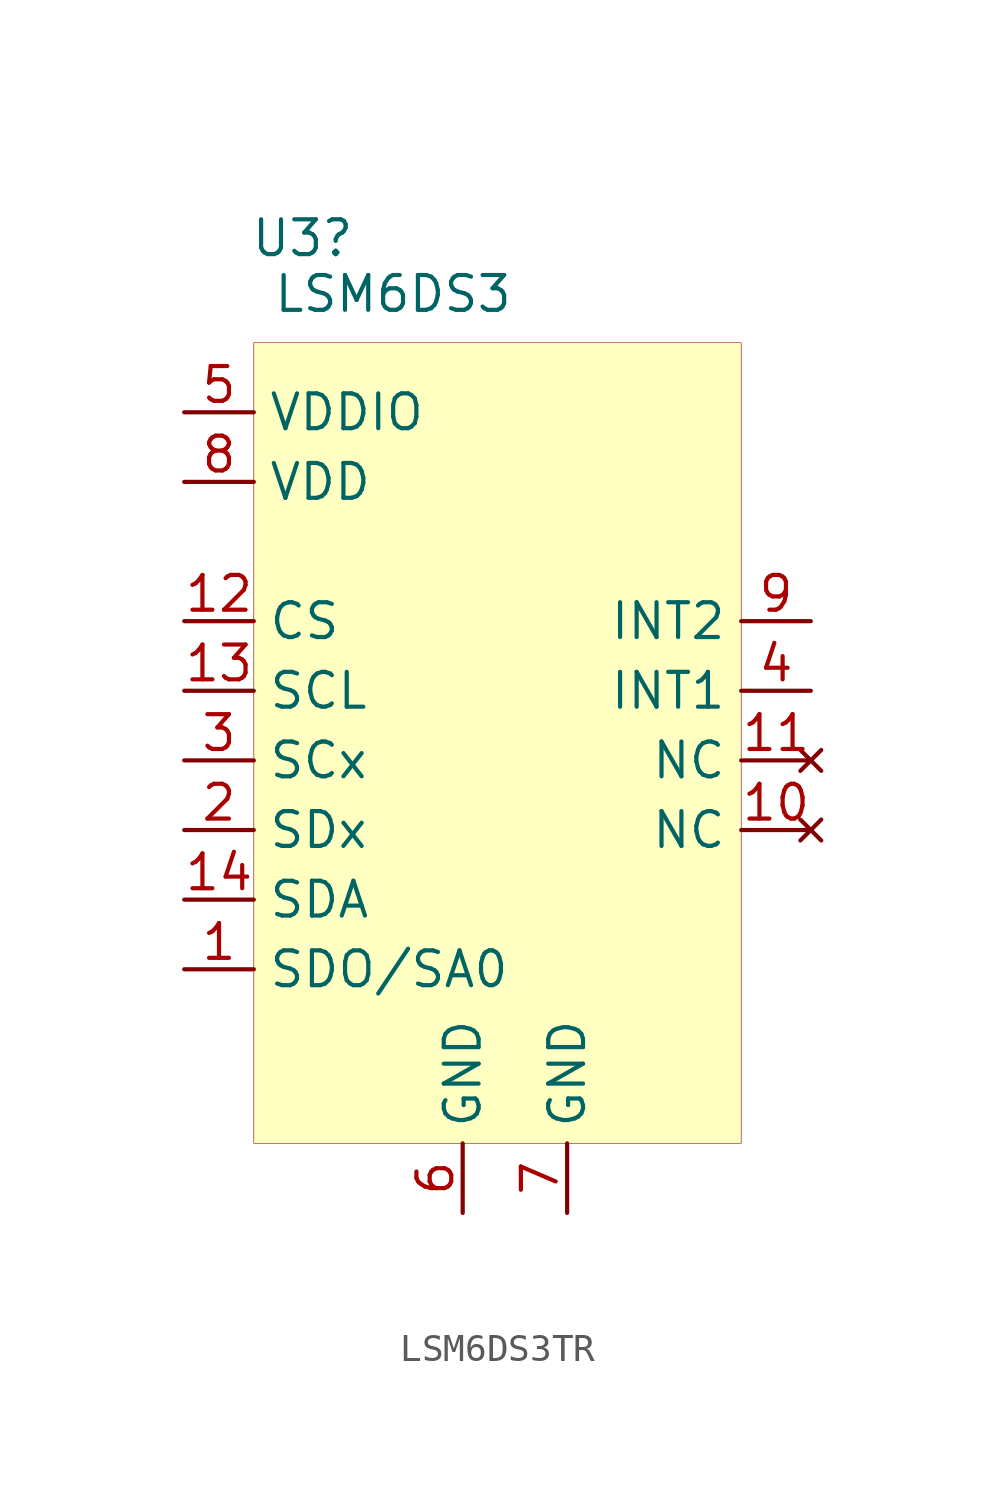
<source format=kicad_sym>
(kicad_symbol_lib
  (version 20241209)
  (generator "kicad_symbol_editor")
  (generator_version "9.0")
  (symbol "LSM6DS3TR"
    (property "Reference" "U3"
      (at -10.922 -8.89 0)
      (effects (font (size 1.27 1.27))))
    (property "Value" "LSM6DS3"
      (at -7.62 -10.922 0)
      (effects (font (size 1.27 1.27))))
    (symbol "LSM6DS3TR_0_0"
      (pin power_in line (at -15.24 -15.24 0) (length 2.54) (name "VDDIO" (effects (font (size 1.27 1.27)))) (number "5" (effects (font (size 1.27 1.27)))))
      (pin power_in line (at -15.24 -17.78 0) (length 2.54) (name "VDD" (effects (font (size 1.27 1.27)))) (number "8" (effects (font (size 1.27 1.27)))))
      (pin input line (at -15.24 -22.86 0) (length 2.54) (name "CS" (effects (font (size 1.27 1.27)))) (number "12" (effects (font (size 1.27 1.27)))))
      (pin input line (at -15.24 -25.4 0) (length 2.54) (name "SCL" (effects (font (size 1.27 1.27)))) (number "13" (effects (font (size 1.27 1.27)))))
      (pin input line (at -15.24 -27.94 0) (length 2.54) (name "SCx" (effects (font (size 1.27 1.27)))) (number "3" (effects (font (size 1.27 1.27)))))
      (pin input line (at -15.24 -30.48 0) (length 2.54) (name "SDx" (effects (font (size 1.27 1.27)))) (number "2" (effects (font (size 1.27 1.27)))))
      (pin bidirectional line (at -15.24 -33.02 0) (length 2.54) (name "SDA" (effects (font (size 1.27 1.27)))) (number "14" (effects (font (size 1.27 1.27)))))
      (pin bidirectional line (at -15.24 -35.56 0) (length 2.54) (name "SDO/SA0" (effects (font (size 1.27 1.27)))) (number "1" (effects (font (size 1.27 1.27)))))
      (pin power_in line (at -5.08 -44.45 90) (length 2.54) (name "GND" (effects (font (size 1.27 1.27)))) (number "6" (effects (font (size 1.27 1.27)))))
      (pin power_in line (at -1.27 -44.45 90) (length 2.54) (name "GND" (effects (font (size 1.27 1.27)))) (number "7" (effects (font (size 1.27 1.27)))))
      (pin output line (at 7.62 -22.86 180) (length 2.54) (name "INT2" (effects (font (size 1.27 1.27)))) (number "9" (effects (font (size 1.27 1.27)))))
      (pin output line (at 7.62 -25.4 180) (length 2.54) (name "INT1" (effects (font (size 1.27 1.27)))) (number "4" (effects (font (size 1.27 1.27)))))
      (pin no_connect line (at 7.62 -27.94 180) (length 2.54) (name "NC" (effects (font (size 1.27 1.27)))) (number "11" (effects (font (size 1.27 1.27)))))
      (pin no_connect line (at 7.62 -30.48 180) (length 2.54) (name "NC" (effects (font (size 1.27 1.27)))) (number "10" (effects (font (size 1.27 1.27))))))
    (symbol "LSM6DS3TR_1_1"
      (rectangle (start -12.7 -12.7) (end 5.08 -41.91) (stroke (width 0.006) (type solid)) (fill (type background))))))
</source>
